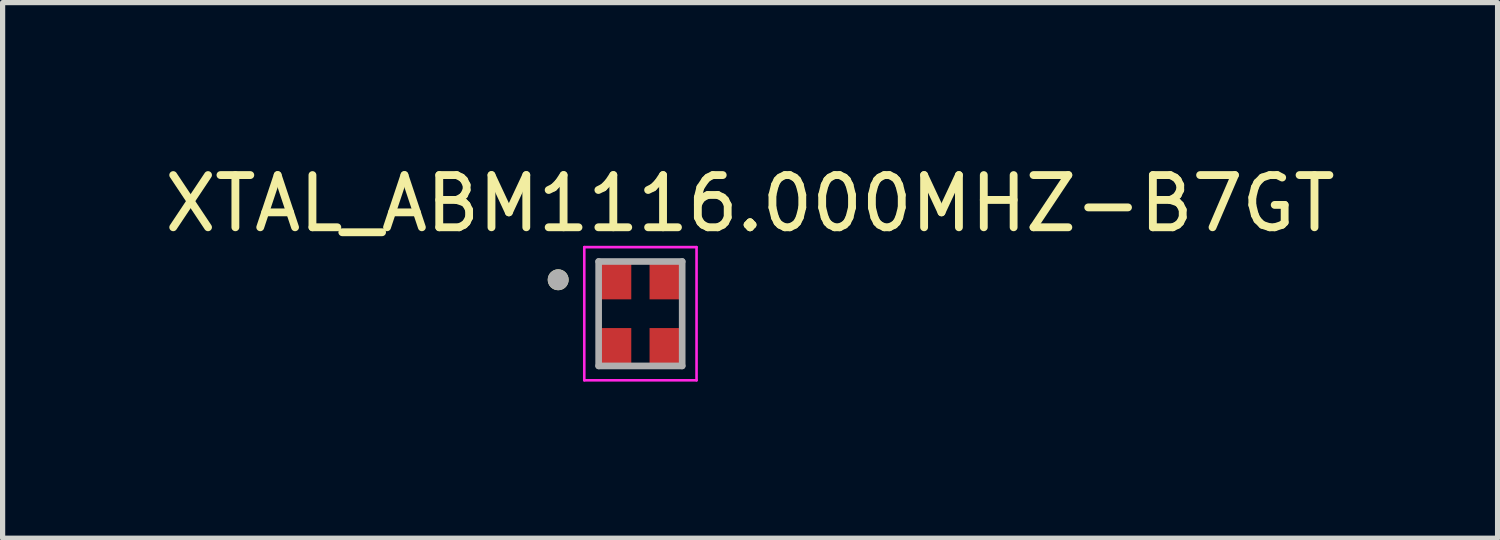
<source format=kicad_pcb>
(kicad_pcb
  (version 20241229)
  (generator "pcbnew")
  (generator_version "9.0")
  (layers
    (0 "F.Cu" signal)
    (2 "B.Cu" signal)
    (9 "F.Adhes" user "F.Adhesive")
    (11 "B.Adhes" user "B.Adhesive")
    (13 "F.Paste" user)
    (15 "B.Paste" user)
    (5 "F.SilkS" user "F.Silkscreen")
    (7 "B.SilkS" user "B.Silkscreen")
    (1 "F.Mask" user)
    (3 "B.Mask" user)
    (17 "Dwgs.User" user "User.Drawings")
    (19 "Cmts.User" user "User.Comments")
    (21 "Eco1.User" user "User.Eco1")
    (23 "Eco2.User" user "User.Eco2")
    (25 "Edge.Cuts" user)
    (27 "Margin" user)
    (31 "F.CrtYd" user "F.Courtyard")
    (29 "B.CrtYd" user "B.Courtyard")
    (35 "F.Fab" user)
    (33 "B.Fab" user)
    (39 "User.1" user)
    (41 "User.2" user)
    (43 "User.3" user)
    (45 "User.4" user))
  (footprint "XTAL_ABM1116.000MHZ-B7GT"
    (layer "F.Cu")
    (at 9.215 2.958)
    (property "Reference" "XTAL_ABM1116.000MHZ-B7GT" (at 2.1 -2.11 0) (layer "F.SilkS") (effects (font (size 1 1) (thickness 0.15))))
    (attr smd)
    (fp_circle (center -1.575 -0.65) (end -1.475 -0.65) (stroke (width 0.2) (type solid)) (fill no) (layer "F.SilkS"))
    (fp_line (start -1.075 -1.275) (end -1.075 1.275) (stroke (width 0.05) (type solid)) (layer "F.CrtYd"))
    (fp_line (start -1.075 -1.275) (end 1.075 -1.275) (stroke (width 0.05) (type solid)) (layer "F.CrtYd"))
    (fp_line (start 1.075 -1.275) (end 1.075 1.275) (stroke (width 0.05) (type solid)) (layer "F.CrtYd"))
    (fp_line (start 1.075 1.275) (end -1.075 1.275) (stroke (width 0.05) (type solid)) (layer "F.CrtYd"))
    (fp_line (start -0.8 -1) (end -0.8 1) (stroke (width 0.127) (type solid)) (layer "F.Fab"))
    (fp_line (start -0.8 -1) (end 0.8 -1) (stroke (width 0.127) (type solid)) (layer "F.Fab"))
    (fp_line (start 0.8 -1) (end 0.8 1) (stroke (width 0.127) (type solid)) (layer "F.Fab"))
    (fp_line (start 0.8 1) (end -0.8 1) (stroke (width 0.127) (type solid)) (layer "F.Fab"))
    (fp_circle (center -1.575 -0.65) (end -1.475 -0.65) (stroke (width 0.2) (type solid)) (fill no) (layer "F.Fab"))
    (pad "1" smd rect (at -0.5 -0.65) (size 0.65 0.75) (layers "F.Cu" "F.Mask" "F.Paste"))
    (pad "2" smd rect (at -0.5 0.65) (size 0.65 0.75) (layers "F.Cu" "F.Mask" "F.Paste"))
    (pad "3" smd rect (at 0.5 0.65) (size 0.65 0.75) (layers "F.Cu" "F.Mask" "F.Paste"))
    (pad "4" smd rect (at 0.5 -0.65) (size 0.65 0.75) (layers "F.Cu" "F.Mask" "F.Paste")))
  (gr_rect
    (start -3 -3)
    (end 25.631 7.258)
    (stroke (width 0.1) (type default))
    (fill no)
    (layer "Edge.Cuts")))
</source>
